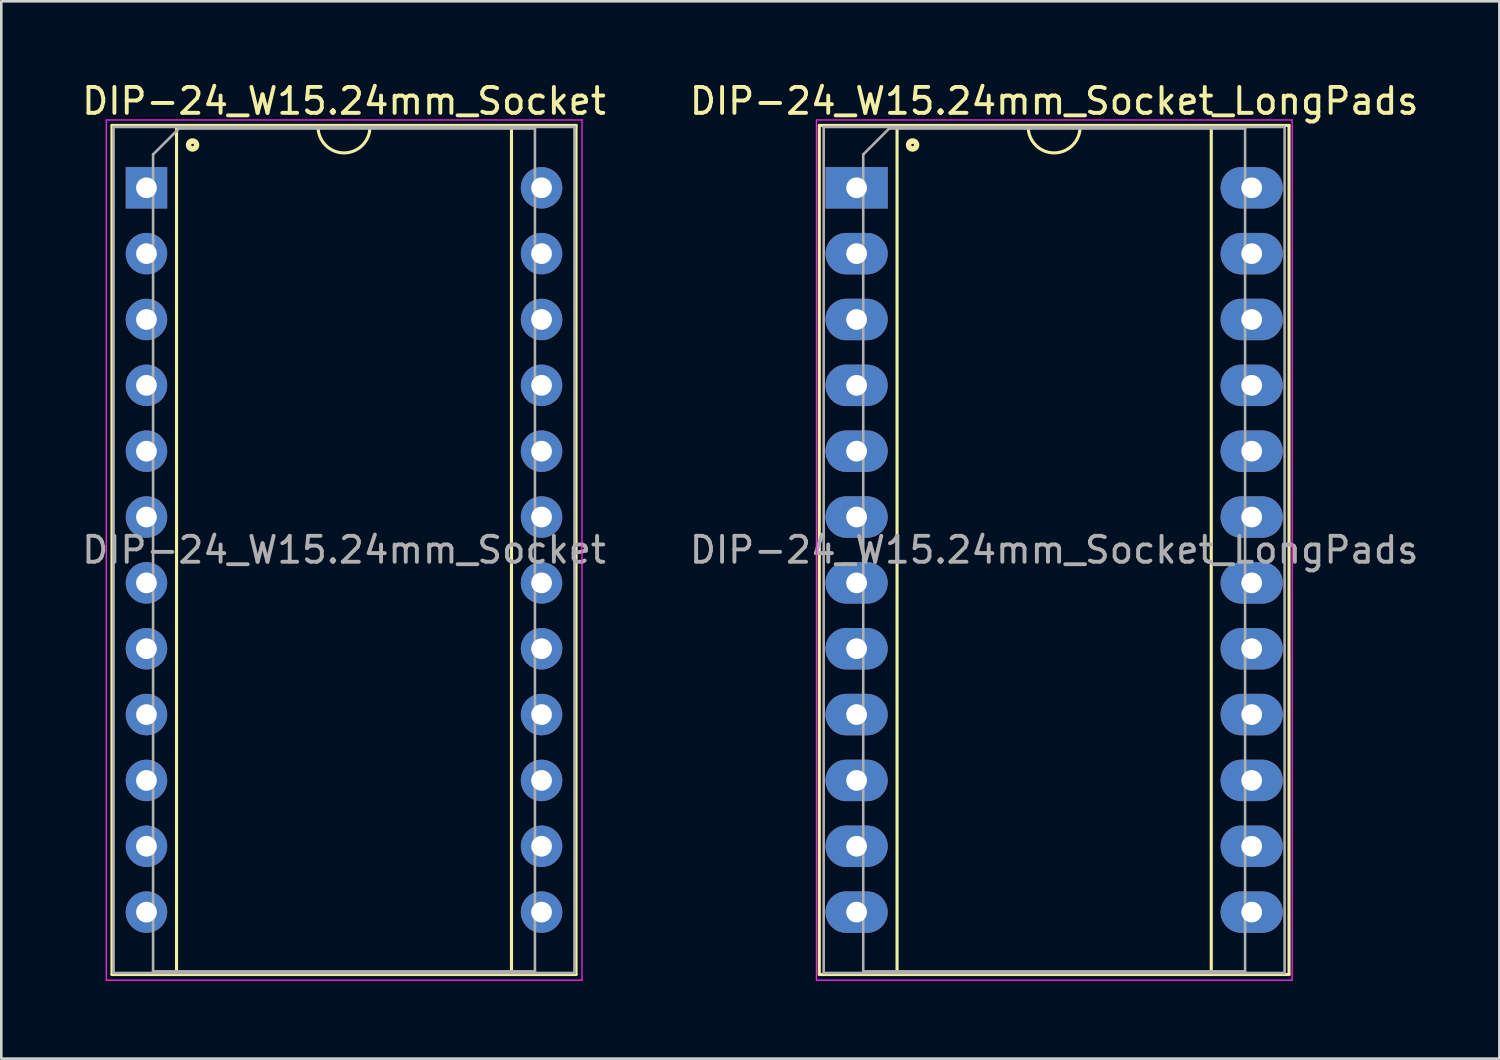
<source format=kicad_pcb>
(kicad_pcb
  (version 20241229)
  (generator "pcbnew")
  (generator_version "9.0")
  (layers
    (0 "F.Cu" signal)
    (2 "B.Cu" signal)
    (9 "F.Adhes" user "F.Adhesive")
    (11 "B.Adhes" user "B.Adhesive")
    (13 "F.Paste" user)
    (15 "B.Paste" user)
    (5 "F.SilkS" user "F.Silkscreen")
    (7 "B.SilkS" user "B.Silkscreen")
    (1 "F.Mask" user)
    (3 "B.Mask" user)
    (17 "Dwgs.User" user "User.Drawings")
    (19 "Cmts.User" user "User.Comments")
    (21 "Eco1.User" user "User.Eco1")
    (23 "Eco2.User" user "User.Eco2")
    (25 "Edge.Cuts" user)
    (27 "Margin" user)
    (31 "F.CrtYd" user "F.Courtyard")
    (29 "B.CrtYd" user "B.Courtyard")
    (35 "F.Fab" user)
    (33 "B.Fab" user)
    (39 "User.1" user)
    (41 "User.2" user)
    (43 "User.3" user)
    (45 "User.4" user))
  (footprint "DIP-24_W15.24mm_Socket"
    (layer "F.Cu")
    (at 2.6 4.194)
    (property "Reference" "DIP-24_W15.24mm_Socket" (at 7.62 -3.346 0) (layer "F.SilkS") (effects (font (size 1 1) (thickness 0.15))))
    (attr through_hole)
    (fp_line (start -1.33 -2.406) (end -1.33 30.346) (stroke (width 0.12) (type solid)) (layer "F.SilkS"))
    (fp_line (start -1.33 30.346) (end 16.57 30.346) (stroke (width 0.12) (type solid)) (layer "F.SilkS"))
    (fp_line (start 1.16 -2.346) (end 1.16 30.286) (stroke (width 0.12) (type solid)) (layer "F.SilkS"))
    (fp_line (start 1.16 30.286) (end 14.08 30.286) (stroke (width 0.12) (type solid)) (layer "F.SilkS"))
    (fp_line (start 6.62 -2.346) (end 1.16 -2.346) (stroke (width 0.12) (type solid)) (layer "F.SilkS"))
    (fp_line (start 14.08 -2.346) (end 8.62 -2.346) (stroke (width 0.12) (type solid)) (layer "F.SilkS"))
    (fp_line (start 14.08 30.286) (end 14.08 -2.346) (stroke (width 0.12) (type solid)) (layer "F.SilkS"))
    (fp_line (start 16.57 -2.406) (end -1.33 -2.406) (stroke (width 0.12) (type solid)) (layer "F.SilkS"))
    (fp_line (start 16.57 30.346) (end 16.57 -2.406) (stroke (width 0.12) (type solid)) (layer "F.SilkS"))
    (fp_arc (start 8.62 -2.346) (mid 7.62 -1.346) (end 6.62 -2.346) (stroke (width 0.12) (type solid)) (layer "F.SilkS"))
    (fp_circle (center 1.778 -1.651) (end 1.828 -1.651) (stroke (width 0.12) (type solid)) (fill no) (layer "F.SilkS"))
    (fp_circle (center 1.778 -1.651) (end 1.903 -1.651) (stroke (width 0.12) (type solid)) (fill no) (layer "F.SilkS"))
    (fp_circle (center 1.778 -1.651) (end 1.978 -1.651) (stroke (width 0.12) (type solid)) (fill no) (layer "F.SilkS"))
    (fp_line (start -1.55 -2.616) (end -1.55 30.566) (stroke (width 0.05) (type solid)) (layer "F.CrtYd"))
    (fp_line (start -1.55 30.566) (end 16.8 30.566) (stroke (width 0.05) (type solid)) (layer "F.CrtYd"))
    (fp_line (start 16.8 -2.616) (end -1.55 -2.616) (stroke (width 0.05) (type solid)) (layer "F.CrtYd"))
    (fp_line (start 16.8 30.566) (end 16.8 -2.616) (stroke (width 0.05) (type solid)) (layer "F.CrtYd"))
    (fp_line (start -1.27 -2.346) (end -1.27 30.286) (stroke (width 0.1) (type solid)) (layer "F.Fab"))
    (fp_line (start -1.27 30.286) (end 16.51 30.286) (stroke (width 0.1) (type solid)) (layer "F.Fab"))
    (fp_line (start 0.255 -1.286) (end 1.255 -2.286) (stroke (width 0.1) (type solid)) (layer "F.Fab"))
    (fp_line (start 0.255 30.226) (end 0.255 -1.286) (stroke (width 0.1) (type solid)) (layer "F.Fab"))
    (fp_line (start 1.255 -2.286) (end 14.985 -2.286) (stroke (width 0.1) (type solid)) (layer "F.Fab"))
    (fp_line (start 14.985 -2.286) (end 14.985 30.226) (stroke (width 0.1) (type solid)) (layer "F.Fab"))
    (fp_line (start 14.985 30.226) (end 0.255 30.226) (stroke (width 0.1) (type solid)) (layer "F.Fab"))
    (fp_line (start 16.51 -2.346) (end -1.27 -2.346) (stroke (width 0.1) (type solid)) (layer "F.Fab"))
    (fp_line (start 16.51 30.286) (end 16.51 -2.346) (stroke (width 0.1) (type solid)) (layer "F.Fab"))
    (fp_text user "${REFERENCE}" (at 7.62 13.97 0) (layer "F.Fab") (effects (font (size 1 1) (thickness 0.15))))
    (pad "1" thru_hole rect (at 0 0) (size 1.6 1.6) (drill 0.8) (layers "*.Cu" "*.Mask"))
    (pad "2" thru_hole oval (at 0 2.54) (size 1.6 1.6) (drill 0.8) (layers "*.Cu" "*.Mask"))
    (pad "3" thru_hole oval (at 0 5.08) (size 1.6 1.6) (drill 0.8) (layers "*.Cu" "*.Mask"))
    (pad "4" thru_hole oval (at 0 7.62) (size 1.6 1.6) (drill 0.8) (layers "*.Cu" "*.Mask"))
    (pad "5" thru_hole oval (at 0 10.16) (size 1.6 1.6) (drill 0.8) (layers "*.Cu" "*.Mask"))
    (pad "6" thru_hole oval (at 0 12.7) (size 1.6 1.6) (drill 0.8) (layers "*.Cu" "*.Mask"))
    (pad "7" thru_hole oval (at 0 15.24) (size 1.6 1.6) (drill 0.8) (layers "*.Cu" "*.Mask"))
    (pad "8" thru_hole oval (at 0 17.78) (size 1.6 1.6) (drill 0.8) (layers "*.Cu" "*.Mask"))
    (pad "9" thru_hole oval (at 0 20.32) (size 1.6 1.6) (drill 0.8) (layers "*.Cu" "*.Mask"))
    (pad "10" thru_hole oval (at 0 22.86) (size 1.6 1.6) (drill 0.8) (layers "*.Cu" "*.Mask"))
    (pad "11" thru_hole oval (at 0 25.4) (size 1.6 1.6) (drill 0.8) (layers "*.Cu" "*.Mask"))
    (pad "12" thru_hole oval (at 0 27.94) (size 1.6 1.6) (drill 0.8) (layers "*.Cu" "*.Mask"))
    (pad "13" thru_hole oval (at 15.24 27.94) (size 1.6 1.6) (drill 0.8) (layers "*.Cu" "*.Mask"))
    (pad "14" thru_hole oval (at 15.24 25.4) (size 1.6 1.6) (drill 0.8) (layers "*.Cu" "*.Mask"))
    (pad "15" thru_hole oval (at 15.24 22.86) (size 1.6 1.6) (drill 0.8) (layers "*.Cu" "*.Mask"))
    (pad "16" thru_hole oval (at 15.24 20.32) (size 1.6 1.6) (drill 0.8) (layers "*.Cu" "*.Mask"))
    (pad "17" thru_hole oval (at 15.24 17.78) (size 1.6 1.6) (drill 0.8) (layers "*.Cu" "*.Mask"))
    (pad "18" thru_hole oval (at 15.24 15.24) (size 1.6 1.6) (drill 0.8) (layers "*.Cu" "*.Mask"))
    (pad "19" thru_hole oval (at 15.24 12.7) (size 1.6 1.6) (drill 0.8) (layers "*.Cu" "*.Mask"))
    (pad "20" thru_hole oval (at 15.24 10.16) (size 1.6 1.6) (drill 0.8) (layers "*.Cu" "*.Mask"))
    (pad "21" thru_hole oval (at 15.24 7.62) (size 1.6 1.6) (drill 0.8) (layers "*.Cu" "*.Mask"))
    (pad "22" thru_hole oval (at 15.24 5.08) (size 1.6 1.6) (drill 0.8) (layers "*.Cu" "*.Mask"))
    (pad "23" thru_hole oval (at 15.24 2.54) (size 1.6 1.6) (drill 0.8) (layers "*.Cu" "*.Mask"))
    (pad "24" thru_hole oval (at 15.24 0) (size 1.6 1.6) (drill 0.8) (layers "*.Cu" "*.Mask")))
  (footprint "DIP-24_W15.24mm_Socket_LongPads"
    (layer "F.Cu")
    (at 29.993 4.194)
    (property "Reference" "DIP-24_W15.24mm_Socket_LongPads" (at 7.62 -3.346 0) (layer "F.SilkS") (effects (font (size 1 1) (thickness 0.15))))
    (attr through_hole)
    (fp_line (start -1.44 -2.406) (end -1.44 30.346) (stroke (width 0.12) (type solid)) (layer "F.SilkS"))
    (fp_line (start -1.44 30.346) (end 16.68 30.346) (stroke (width 0.12) (type solid)) (layer "F.SilkS"))
    (fp_line (start 1.56 -2.346) (end 1.56 30.286) (stroke (width 0.12) (type solid)) (layer "F.SilkS"))
    (fp_line (start 1.56 30.286) (end 13.68 30.286) (stroke (width 0.12) (type solid)) (layer "F.SilkS"))
    (fp_line (start 6.62 -2.346) (end 1.56 -2.346) (stroke (width 0.12) (type solid)) (layer "F.SilkS"))
    (fp_line (start 13.68 -2.346) (end 8.62 -2.346) (stroke (width 0.12) (type solid)) (layer "F.SilkS"))
    (fp_line (start 13.68 30.286) (end 13.68 -2.346) (stroke (width 0.12) (type solid)) (layer "F.SilkS"))
    (fp_line (start 16.68 -2.406) (end -1.44 -2.406) (stroke (width 0.12) (type solid)) (layer "F.SilkS"))
    (fp_line (start 16.68 30.346) (end 16.68 -2.406) (stroke (width 0.12) (type solid)) (layer "F.SilkS"))
    (fp_arc (start 8.62 -2.346) (mid 7.62 -1.346) (end 6.62 -2.346) (stroke (width 0.12) (type solid)) (layer "F.SilkS"))
    (fp_circle (center 2.159 -1.651) (end 2.209 -1.651) (stroke (width 0.12) (type solid)) (fill no) (layer "F.SilkS"))
    (fp_circle (center 2.159 -1.651) (end 2.284 -1.651) (stroke (width 0.12) (type solid)) (fill no) (layer "F.SilkS"))
    (fp_circle (center 2.159 -1.651) (end 2.359 -1.651) (stroke (width 0.12) (type solid)) (fill no) (layer "F.SilkS"))
    (fp_line (start -1.55 -2.616) (end -1.55 30.566) (stroke (width 0.05) (type solid)) (layer "F.CrtYd"))
    (fp_line (start -1.55 30.566) (end 16.8 30.566) (stroke (width 0.05) (type solid)) (layer "F.CrtYd"))
    (fp_line (start 16.8 -2.616) (end -1.55 -2.616) (stroke (width 0.05) (type solid)) (layer "F.CrtYd"))
    (fp_line (start 16.8 30.566) (end 16.8 -2.616) (stroke (width 0.05) (type solid)) (layer "F.CrtYd"))
    (fp_line (start -1.27 -2.346) (end -1.27 30.286) (stroke (width 0.1) (type solid)) (layer "F.Fab"))
    (fp_line (start -1.27 30.286) (end 16.51 30.286) (stroke (width 0.1) (type solid)) (layer "F.Fab"))
    (fp_line (start 0.255 -1.286) (end 1.255 -2.286) (stroke (width 0.1) (type solid)) (layer "F.Fab"))
    (fp_line (start 0.255 30.226) (end 0.255 -1.286) (stroke (width 0.1) (type solid)) (layer "F.Fab"))
    (fp_line (start 1.255 -2.286) (end 14.985 -2.286) (stroke (width 0.1) (type solid)) (layer "F.Fab"))
    (fp_line (start 14.985 -2.286) (end 14.985 30.226) (stroke (width 0.1) (type solid)) (layer "F.Fab"))
    (fp_line (start 14.985 30.226) (end 0.255 30.226) (stroke (width 0.1) (type solid)) (layer "F.Fab"))
    (fp_line (start 16.51 -2.346) (end -1.27 -2.346) (stroke (width 0.1) (type solid)) (layer "F.Fab"))
    (fp_line (start 16.51 30.286) (end 16.51 -2.346) (stroke (width 0.1) (type solid)) (layer "F.Fab"))
    (fp_text user "${REFERENCE}" (at 7.62 13.97 0) (layer "F.Fab") (effects (font (size 1 1) (thickness 0.15))))
    (pad "1" thru_hole rect (at 0 0) (size 2.4 1.6) (drill 0.8) (layers "*.Cu" "*.Mask"))
    (pad "2" thru_hole oval (at 0 2.54) (size 2.4 1.6) (drill 0.8) (layers "*.Cu" "*.Mask"))
    (pad "3" thru_hole oval (at 0 5.08) (size 2.4 1.6) (drill 0.8) (layers "*.Cu" "*.Mask"))
    (pad "4" thru_hole oval (at 0 7.62) (size 2.4 1.6) (drill 0.8) (layers "*.Cu" "*.Mask"))
    (pad "5" thru_hole oval (at 0 10.16) (size 2.4 1.6) (drill 0.8) (layers "*.Cu" "*.Mask"))
    (pad "6" thru_hole oval (at 0 12.7) (size 2.4 1.6) (drill 0.8) (layers "*.Cu" "*.Mask"))
    (pad "7" thru_hole oval (at 0 15.24) (size 2.4 1.6) (drill 0.8) (layers "*.Cu" "*.Mask"))
    (pad "8" thru_hole oval (at 0 17.78) (size 2.4 1.6) (drill 0.8) (layers "*.Cu" "*.Mask"))
    (pad "9" thru_hole oval (at 0 20.32) (size 2.4 1.6) (drill 0.8) (layers "*.Cu" "*.Mask"))
    (pad "10" thru_hole oval (at 0 22.86) (size 2.4 1.6) (drill 0.8) (layers "*.Cu" "*.Mask"))
    (pad "11" thru_hole oval (at 0 25.4) (size 2.4 1.6) (drill 0.8) (layers "*.Cu" "*.Mask"))
    (pad "12" thru_hole oval (at 0 27.94) (size 2.4 1.6) (drill 0.8) (layers "*.Cu" "*.Mask"))
    (pad "13" thru_hole oval (at 15.24 27.94) (size 2.4 1.6) (drill 0.8) (layers "*.Cu" "*.Mask"))
    (pad "14" thru_hole oval (at 15.24 25.4) (size 2.4 1.6) (drill 0.8) (layers "*.Cu" "*.Mask"))
    (pad "15" thru_hole oval (at 15.24 22.86) (size 2.4 1.6) (drill 0.8) (layers "*.Cu" "*.Mask"))
    (pad "16" thru_hole oval (at 15.24 20.32) (size 2.4 1.6) (drill 0.8) (layers "*.Cu" "*.Mask"))
    (pad "17" thru_hole oval (at 15.24 17.78) (size 2.4 1.6) (drill 0.8) (layers "*.Cu" "*.Mask"))
    (pad "18" thru_hole oval (at 15.24 15.24) (size 2.4 1.6) (drill 0.8) (layers "*.Cu" "*.Mask"))
    (pad "19" thru_hole oval (at 15.24 12.7) (size 2.4 1.6) (drill 0.8) (layers "*.Cu" "*.Mask"))
    (pad "20" thru_hole oval (at 15.24 10.16) (size 2.4 1.6) (drill 0.8) (layers "*.Cu" "*.Mask"))
    (pad "21" thru_hole oval (at 15.24 7.62) (size 2.4 1.6) (drill 0.8) (layers "*.Cu" "*.Mask"))
    (pad "22" thru_hole oval (at 15.24 5.08) (size 2.4 1.6) (drill 0.8) (layers "*.Cu" "*.Mask"))
    (pad "23" thru_hole oval (at 15.24 2.54) (size 2.4 1.6) (drill 0.8) (layers "*.Cu" "*.Mask"))
    (pad "24" thru_hole oval (at 15.24 0) (size 2.4 1.6) (drill 0.8) (layers "*.Cu" "*.Mask")))
  (gr_rect
    (start -3 -3)
    (end 54.786 37.785)
    (stroke (width 0.1) (type default))
    (fill no)
    (layer "Edge.Cuts")))
</source>
